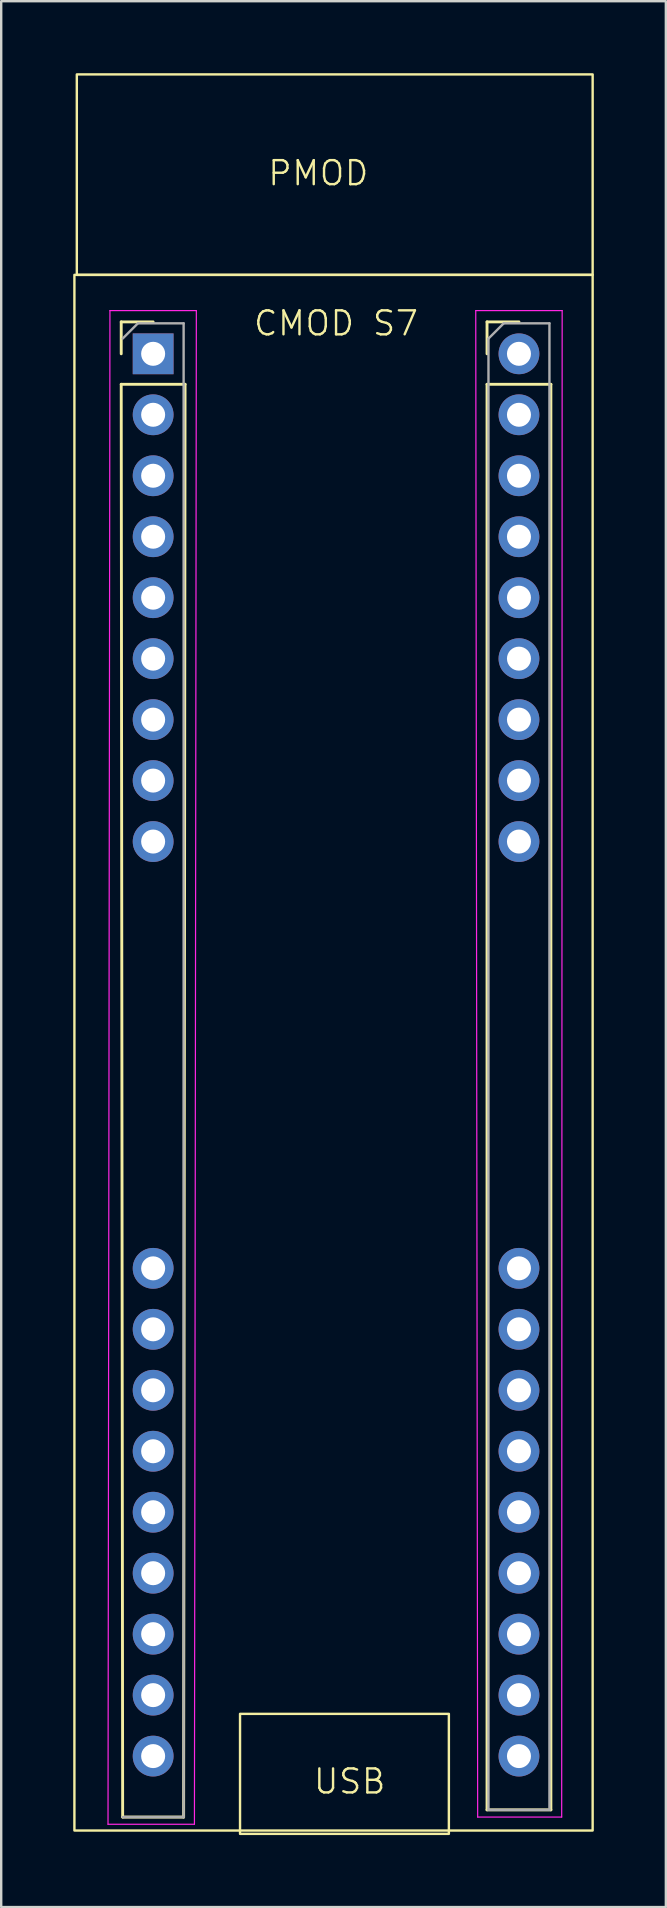
<source format=kicad_pcb>
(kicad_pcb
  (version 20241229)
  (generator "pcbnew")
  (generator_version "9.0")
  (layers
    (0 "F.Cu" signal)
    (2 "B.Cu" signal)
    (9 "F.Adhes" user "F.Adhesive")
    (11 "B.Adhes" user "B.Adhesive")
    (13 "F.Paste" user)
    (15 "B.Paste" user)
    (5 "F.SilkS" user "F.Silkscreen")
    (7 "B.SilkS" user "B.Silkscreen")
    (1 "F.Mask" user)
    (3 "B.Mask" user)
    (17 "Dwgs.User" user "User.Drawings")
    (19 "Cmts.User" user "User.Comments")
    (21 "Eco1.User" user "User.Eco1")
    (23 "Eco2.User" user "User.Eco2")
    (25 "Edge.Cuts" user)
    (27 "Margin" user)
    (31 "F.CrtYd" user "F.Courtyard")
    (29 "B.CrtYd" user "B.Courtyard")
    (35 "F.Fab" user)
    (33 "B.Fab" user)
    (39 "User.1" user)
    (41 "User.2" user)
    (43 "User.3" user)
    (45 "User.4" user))
  (footprint "CMOD S7"
    (layer "F.Cu")
    (at 10.95 47.25)
    (property "Reference" "CMOD S7" (at 0 -36.83 0) (unlocked yes) (layer "F.SilkS") (effects (font (size 1 1) (thickness 0.1))))
    (attr through_hole)
    (fp_line (start -8.95 -36.89) (end -7.62 -36.89) (stroke (width 0.12) (type solid)) (layer "F.SilkS"))
    (fp_line (start -8.95 -35.56) (end -8.95 -36.89) (stroke (width 0.12) (type solid)) (layer "F.SilkS"))
    (fp_line (start -8.95 -34.29) (end -8.89 25.4) (stroke (width 0.12) (type solid)) (layer "F.SilkS"))
    (fp_line (start -8.95 -34.29) (end -6.29 -34.29) (stroke (width 0.12) (type solid)) (layer "F.SilkS"))
    (fp_line (start -8.89 25.4) (end -6.35 25.4) (stroke (width 0.12) (type solid)) (layer "F.SilkS"))
    (fp_line (start -6.29 -34.29) (end -6.35 25.4) (stroke (width 0.12) (type solid)) (layer "F.SilkS"))
    (fp_line (start 6.29 -36.89) (end 7.62 -36.89) (stroke (width 0.12) (type solid)) (layer "F.SilkS"))
    (fp_line (start 6.29 -35.56) (end 6.29 -36.89) (stroke (width 0.12) (type solid)) (layer "F.SilkS"))
    (fp_line (start 6.29 -34.29) (end 6.29 25.1) (stroke (width 0.12) (type solid)) (layer "F.SilkS"))
    (fp_line (start 6.29 -34.29) (end 8.95 -34.29) (stroke (width 0.12) (type solid)) (layer "F.SilkS"))
    (fp_line (start 6.29 25.1) (end 8.95 25.1) (stroke (width 0.12) (type solid)) (layer "F.SilkS"))
    (fp_line (start 8.95 -34.29) (end 8.95 25.1) (stroke (width 0.12) (type solid)) (layer "F.SilkS"))
    (fp_rect (start -10.9 -38.85) (end 10.69 25.96) (stroke (width 0.1) (type default)) (fill no) (layer "F.SilkS"))
    (fp_rect (start -10.8 -47.2) (end 10.69 -38.85) (stroke (width 0.1) (type default)) (fill no) (layer "F.SilkS"))
    (fp_rect (start -4 21.1) (end 4.7 26.1) (stroke (width 0.1) (type default)) (fill no) (layer "F.SilkS"))
    (fp_line (start -9.5 25.7) (end -5.9 25.7) (stroke (width 0.05) (type solid)) (layer "F.CrtYd"))
    (fp_line (start -9.42 -37.36) (end -9.5 25.7) (stroke (width 0.05) (type solid)) (layer "F.CrtYd"))
    (fp_line (start -5.9 25.7) (end -5.82 -37.36) (stroke (width 0.05) (type solid)) (layer "F.CrtYd"))
    (fp_line (start -5.82 -37.36) (end -9.42 -37.36) (stroke (width 0.05) (type solid)) (layer "F.CrtYd"))
    (fp_line (start 5.82 -37.36) (end 5.9 25.4) (stroke (width 0.05) (type solid)) (layer "F.CrtYd"))
    (fp_line (start 5.9 25.4) (end 9.4 25.4) (stroke (width 0.05) (type solid)) (layer "F.CrtYd"))
    (fp_line (start 9.4 25.4) (end 9.42 -37.36) (stroke (width 0.05) (type solid)) (layer "F.CrtYd"))
    (fp_line (start 9.42 -37.36) (end 5.82 -37.36) (stroke (width 0.05) (type solid)) (layer "F.CrtYd"))
    (fp_line (start -8.89 -36.195) (end -8.255 -36.83) (stroke (width 0.1) (type solid)) (layer "F.Fab"))
    (fp_line (start -8.255 -36.83) (end -6.35 -36.83) (stroke (width 0.1) (type solid)) (layer "F.Fab"))
    (fp_line (start -6.35 -36.83) (end -6.35 25.4) (stroke (width 0.1) (type solid)) (layer "F.Fab"))
    (fp_line (start -6.35 25.4) (end -8.89 25.4) (stroke (width 0.1) (type solid)) (layer "F.Fab"))
    (fp_line (start 6.35 -36.195) (end 6.985 -36.83) (stroke (width 0.1) (type solid)) (layer "F.Fab"))
    (fp_line (start 6.35 25.1) (end 6.35 -36.195) (stroke (width 0.1) (type solid)) (layer "F.Fab"))
    (fp_line (start 6.985 -36.83) (end 8.89 -36.83) (stroke (width 0.1) (type solid)) (layer "F.Fab"))
    (fp_line (start 8.89 -36.83) (end 8.89 25.1) (stroke (width 0.1) (type solid)) (layer "F.Fab"))
    (fp_line (start 8.89 25.1) (end 6.35 25.1) (stroke (width 0.1) (type solid)) (layer "F.Fab"))
    (fp_text user "PMOD" (at -2.9 -42.5 0) (unlocked yes) (layer "F.SilkS") (effects (font (size 1 1) (thickness 0.1)) (justify left bottom)))
    (fp_text user "USB" (at -1 24.5 0) (unlocked yes) (layer "F.SilkS") (effects (font (size 1 1) (thickness 0.1)) (justify left bottom)))
    (pad "1" thru_hole rect (at -7.62 -35.56) (size 1.7 1.7) (drill 1) (layers "*.Cu" "*.Mask"))
    (pad "2" thru_hole oval (at -7.62 -33.02) (size 1.7 1.7) (drill 1) (layers "*.Cu" "*.Mask"))
    (pad "3" thru_hole oval (at -7.62 -30.48) (size 1.7 1.7) (drill 1) (layers "*.Cu" "*.Mask"))
    (pad "4" thru_hole oval (at -7.62 -27.94) (size 1.7 1.7) (drill 1) (layers "*.Cu" "*.Mask"))
    (pad "5" thru_hole oval (at -7.62 -25.4) (size 1.7 1.7) (drill 1) (layers "*.Cu" "*.Mask"))
    (pad "6" thru_hole oval (at -7.62 -22.86) (size 1.7 1.7) (drill 1) (layers "*.Cu" "*.Mask"))
    (pad "7" thru_hole oval (at -7.62 -20.32) (size 1.7 1.7) (drill 1) (layers "*.Cu" "*.Mask"))
    (pad "8" thru_hole oval (at -7.62 -17.78) (size 1.7 1.7) (drill 1) (layers "*.Cu" "*.Mask"))
    (pad "9" thru_hole oval (at -7.62 -15.24) (size 1.7 1.7) (drill 1) (layers "*.Cu" "*.Mask"))
    (pad "16" thru_hole oval (at -7.62 2.54) (size 1.7 1.7) (drill 1) (layers "*.Cu" "*.Mask"))
    (pad "17" thru_hole oval (at -7.62 5.08) (size 1.7 1.7) (drill 1) (layers "*.Cu" "*.Mask"))
    (pad "18" thru_hole oval (at -7.62 7.62) (size 1.7 1.7) (drill 1) (layers "*.Cu" "*.Mask"))
    (pad "19" thru_hole oval (at -7.62 10.16) (size 1.7 1.7) (drill 1) (layers "*.Cu" "*.Mask"))
    (pad "20" thru_hole oval (at -7.62 12.7) (size 1.7 1.7) (drill 1) (layers "*.Cu" "*.Mask"))
    (pad "21" thru_hole oval (at -7.62 15.24) (size 1.7 1.7) (drill 1) (layers "*.Cu" "*.Mask"))
    (pad "22" thru_hole oval (at -7.62 17.78) (size 1.7 1.7) (drill 1) (layers "*.Cu" "*.Mask"))
    (pad "23" thru_hole oval (at -7.62 20.32) (size 1.7 1.7) (drill 1) (layers "*.Cu" "*.Mask"))
    (pad "24" thru_hole oval (at -7.62 22.86) (size 1.7 1.7) (drill 1) (layers "*.Cu" "*.Mask"))
    (pad "25" thru_hole oval (at 7.62 22.86) (size 1.7 1.7) (drill 1) (layers "*.Cu" "*.Mask"))
    (pad "26" thru_hole oval (at 7.62 20.32) (size 1.7 1.7) (drill 1) (layers "*.Cu" "*.Mask"))
    (pad "27" thru_hole oval (at 7.62 17.78) (size 1.7 1.7) (drill 1) (layers "*.Cu" "*.Mask"))
    (pad "28" thru_hole oval (at 7.62 15.24) (size 1.7 1.7) (drill 1) (layers "*.Cu" "*.Mask"))
    (pad "29" thru_hole oval (at 7.62 12.7) (size 1.7 1.7) (drill 1) (layers "*.Cu" "*.Mask"))
    (pad "30" thru_hole oval (at 7.62 10.16) (size 1.7 1.7) (drill 1) (layers "*.Cu" "*.Mask"))
    (pad "31" thru_hole oval (at 7.62 7.62) (size 1.7 1.7) (drill 1) (layers "*.Cu" "*.Mask"))
    (pad "32" thru_hole oval (at 7.62 5.08) (size 1.7 1.7) (drill 1) (layers "*.Cu" "*.Mask"))
    (pad "33" thru_hole oval (at 7.62 2.54) (size 1.7 1.7) (drill 1) (layers "*.Cu" "*.Mask"))
    (pad "40" thru_hole oval (at 7.62 -15.24) (size 1.7 1.7) (drill 1) (layers "*.Cu" "*.Mask"))
    (pad "41" thru_hole oval (at 7.62 -17.78) (size 1.7 1.7) (drill 1) (layers "*.Cu" "*.Mask"))
    (pad "42" thru_hole oval (at 7.62 -20.32) (size 1.7 1.7) (drill 1) (layers "*.Cu" "*.Mask"))
    (pad "43" thru_hole oval (at 7.62 -22.86) (size 1.7 1.7) (drill 1) (layers "*.Cu" "*.Mask"))
    (pad "44" thru_hole oval (at 7.62 -25.4) (size 1.7 1.7) (drill 1) (layers "*.Cu" "*.Mask"))
    (pad "45" thru_hole oval (at 7.62 -27.94) (size 1.7 1.7) (drill 1) (layers "*.Cu" "*.Mask"))
    (pad "46" thru_hole oval (at 7.62 -30.48) (size 1.7 1.7) (drill 1) (layers "*.Cu" "*.Mask"))
    (pad "47" thru_hole oval (at 7.62 -33.02) (size 1.7 1.7) (drill 1) (layers "*.Cu" "*.Mask"))
    (pad "48" thru_hole circle (at 7.62 -35.56) (size 1.7 1.7) (drill 1) (layers "*.Cu" "*.Mask")))
  (gr_rect
    (start -3 -3)
    (end 24.69 76.4)
    (stroke (width 0.1) (type default))
    (fill no)
    (layer "Edge.Cuts")))
</source>
